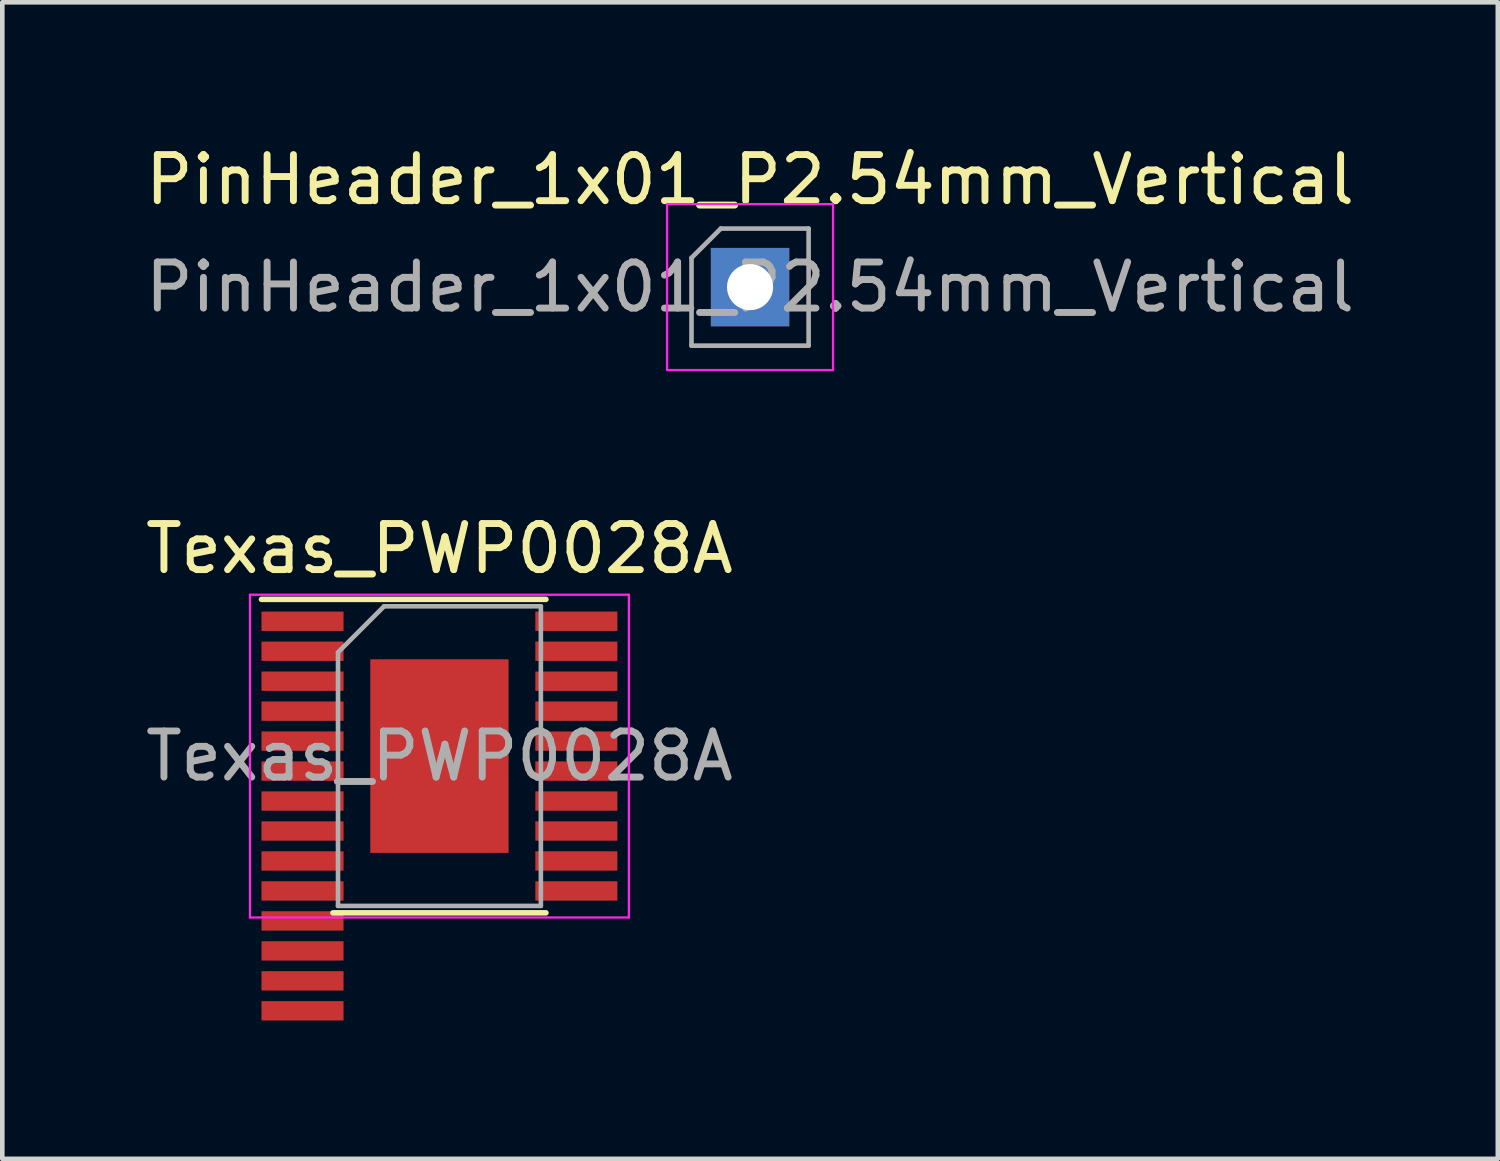
<source format=kicad_pcb>
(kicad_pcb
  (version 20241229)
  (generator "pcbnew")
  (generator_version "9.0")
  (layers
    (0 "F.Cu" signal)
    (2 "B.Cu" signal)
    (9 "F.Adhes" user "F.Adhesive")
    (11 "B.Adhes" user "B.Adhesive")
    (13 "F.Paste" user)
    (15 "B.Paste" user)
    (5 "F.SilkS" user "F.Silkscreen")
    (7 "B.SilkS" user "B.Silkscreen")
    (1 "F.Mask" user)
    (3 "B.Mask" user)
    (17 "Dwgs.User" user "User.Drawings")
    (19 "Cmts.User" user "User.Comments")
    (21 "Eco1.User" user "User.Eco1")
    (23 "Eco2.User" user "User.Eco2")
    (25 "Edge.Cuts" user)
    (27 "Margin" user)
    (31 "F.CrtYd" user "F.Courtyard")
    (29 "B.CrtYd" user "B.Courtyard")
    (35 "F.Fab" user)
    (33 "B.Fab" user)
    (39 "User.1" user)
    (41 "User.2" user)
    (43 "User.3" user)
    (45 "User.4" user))
  (footprint "Texas_PWP0028A"
    (layer "F.Cu")
    (at 6.482 13.351)
    (property "Reference" "Texas_PWP0028A" (at 0 -4.5 0) (layer "F.SilkS") (effects (font (size 1 1) (thickness 0.15))))
    (attr smd)
    (fp_line (start 2.31 -3.4) (end -3.86 -3.4) (stroke (width 0.12) (type solid)) (layer "F.SilkS"))
    (fp_line (start 2.31 3.4) (end -2.31 3.4) (stroke (width 0.12) (type solid)) (layer "F.SilkS"))
    (fp_line (start -4.11 -3.5) (end -4.11 3.5) (stroke (width 0.05) (type solid)) (layer "F.CrtYd"))
    (fp_line (start -4.11 3.5) (end 4.11 3.5) (stroke (width 0.05) (type solid)) (layer "F.CrtYd"))
    (fp_line (start 4.11 -3.5) (end -4.11 -3.5) (stroke (width 0.05) (type solid)) (layer "F.CrtYd"))
    (fp_line (start 4.11 3.5) (end 4.11 -3.5) (stroke (width 0.05) (type solid)) (layer "F.CrtYd"))
    (fp_line (start -2.2 -2.25) (end -2.2 3.25) (stroke (width 0.1) (type solid)) (layer "F.Fab"))
    (fp_line (start -2.2 3.25) (end 2.2 3.25) (stroke (width 0.1) (type solid)) (layer "F.Fab"))
    (fp_line (start -1.2 -3.25) (end -2.2 -2.25) (stroke (width 0.1) (type solid)) (layer "F.Fab"))
    (fp_line (start 2.2 -3.25) (end -1.2 -3.25) (stroke (width 0.1) (type solid)) (layer "F.Fab"))
    (fp_line (start 2.2 3.25) (end 2.2 -3.25) (stroke (width 0.1) (type solid)) (layer "F.Fab"))
    (fp_text user "${REFERENCE}" (at 0 0 0) (layer "F.Fab") (effects (font (size 1 1) (thickness 0.15))))
    (pad "" smd rect (at -0.713 -1.012) (size 1.275 1.875) (layers "F.Paste"))
    (pad "" smd rect (at -0.713 1.012) (size 1.275 1.875) (layers "F.Paste"))
    (pad "" smd rect (at 0.713 -1.012) (size 1.275 1.875) (layers "F.Paste"))
    (pad "" smd rect (at 0.713 1.012) (size 1.275 1.875) (layers "F.Paste"))
    (pad "1" smd rect (at -2.97 -2.925) (size 1.78 0.42) (layers "F.Cu" "F.Mask" "F.Paste"))
    (pad "2" smd rect (at -2.97 -2.275) (size 1.78 0.42) (layers "F.Cu" "F.Mask" "F.Paste"))
    (pad "3" smd rect (at -2.97 -1.625) (size 1.78 0.42) (layers "F.Cu" "F.Mask" "F.Paste"))
    (pad "4" smd rect (at -2.97 -0.975) (size 1.78 0.42) (layers "F.Cu" "F.Mask" "F.Paste"))
    (pad "5" smd rect (at -2.97 -0.325) (size 1.78 0.42) (layers "F.Cu" "F.Mask" "F.Paste"))
    (pad "6" smd rect (at -2.97 0.325) (size 1.78 0.42) (layers "F.Cu" "F.Mask" "F.Paste"))
    (pad "7" smd rect (at -2.97 0.975) (size 1.78 0.42) (layers "F.Cu" "F.Mask" "F.Paste"))
    (pad "8" smd rect (at -2.97 1.625) (size 1.78 0.42) (layers "F.Cu" "F.Mask" "F.Paste"))
    (pad "9" smd rect (at -2.97 2.275) (size 1.78 0.42) (layers "F.Cu" "F.Mask" "F.Paste"))
    (pad "10" smd rect (at -2.97 2.925) (size 1.78 0.42) (layers "F.Cu" "F.Mask" "F.Paste"))
    (pad "11" smd rect (at -2.97 3.575) (size 1.78 0.42) (layers "F.Cu" "F.Mask" "F.Paste"))
    (pad "11" smd rect (at 2.97 2.925) (size 1.78 0.42) (layers "F.Cu" "F.Mask" "F.Paste"))
    (pad "12" smd rect (at -2.97 4.225) (size 1.78 0.42) (layers "F.Cu" "F.Mask" "F.Paste"))
    (pad "12" smd rect (at 2.97 2.275) (size 1.78 0.42) (layers "F.Cu" "F.Mask" "F.Paste"))
    (pad "13" smd rect (at -2.97 4.875) (size 1.78 0.42) (layers "F.Cu" "F.Mask" "F.Paste"))
    (pad "13" smd rect (at 2.97 1.625) (size 1.78 0.42) (layers "F.Cu" "F.Mask" "F.Paste"))
    (pad "14" smd rect (at -2.97 5.525) (size 1.78 0.42) (layers "F.Cu" "F.Mask" "F.Paste"))
    (pad "14" smd rect (at 2.97 0.975) (size 1.78 0.42) (layers "F.Cu" "F.Mask" "F.Paste"))
    (pad "15" smd rect (at 2.97 0.325) (size 1.78 0.42) (layers "F.Cu" "F.Mask" "F.Paste"))
    (pad "16" smd rect (at 2.97 -0.325) (size 1.78 0.42) (layers "F.Cu" "F.Mask" "F.Paste"))
    (pad "17" smd rect (at 2.97 -0.975) (size 1.78 0.42) (layers "F.Cu" "F.Mask" "F.Paste"))
    (pad "18" smd rect (at 2.97 -1.625) (size 1.78 0.42) (layers "F.Cu" "F.Mask" "F.Paste"))
    (pad "19" smd rect (at 2.97 -2.275) (size 1.78 0.42) (layers "F.Cu" "F.Mask" "F.Paste"))
    (pad "20" smd rect (at 2.97 -2.925) (size 1.78 0.42) (layers "F.Cu" "F.Mask" "F.Paste"))
    (pad "21" smd rect (at 0 0) (size 3 4.2) (layers "F.Cu" "F.Mask")))
  (footprint "PinHeader_1x01_P2.54mm_Vertical"
    (layer "F.Cu")
    (at 13.22 3.178)
    (property "Reference" "PinHeader_1x01_P2.54mm_Vertical" (at 0 -2.33 0) (layer "F.SilkS") (effects (font (size 1 1) (thickness 0.15))))
    (attr through_hole exclude_from_bom)
    (fp_line (start -1.8 -1.8) (end -1.8 1.8) (stroke (width 0.05) (type solid)) (layer "F.CrtYd"))
    (fp_line (start -1.8 1.8) (end 1.8 1.8) (stroke (width 0.05) (type solid)) (layer "F.CrtYd"))
    (fp_line (start 1.8 -1.8) (end -1.8 -1.8) (stroke (width 0.05) (type solid)) (layer "F.CrtYd"))
    (fp_line (start 1.8 1.8) (end 1.8 -1.8) (stroke (width 0.05) (type solid)) (layer "F.CrtYd"))
    (fp_line (start -1.27 -0.635) (end -0.635 -1.27) (stroke (width 0.1) (type solid)) (layer "F.Fab"))
    (fp_line (start -1.27 1.27) (end -1.27 -0.635) (stroke (width 0.1) (type solid)) (layer "F.Fab"))
    (fp_line (start -0.635 -1.27) (end 1.27 -1.27) (stroke (width 0.1) (type solid)) (layer "F.Fab"))
    (fp_line (start 1.27 -1.27) (end 1.27 1.27) (stroke (width 0.1) (type solid)) (layer "F.Fab"))
    (fp_line (start 1.27 1.27) (end -1.27 1.27) (stroke (width 0.1) (type solid)) (layer "F.Fab"))
    (fp_text user "${REFERENCE}" (at 0 0 180) (layer "F.Fab") (effects (font (size 1 1) (thickness 0.15))))
    (pad "1" thru_hole rect (at 0 0) (size 1.7 1.7) (drill 1) (layers "*.Cu" "*.Mask")))
  (gr_rect
    (start -3 -3)
    (end 29.44 22.087)
    (stroke (width 0.1) (type default))
    (fill no)
    (layer "Edge.Cuts")))
</source>
